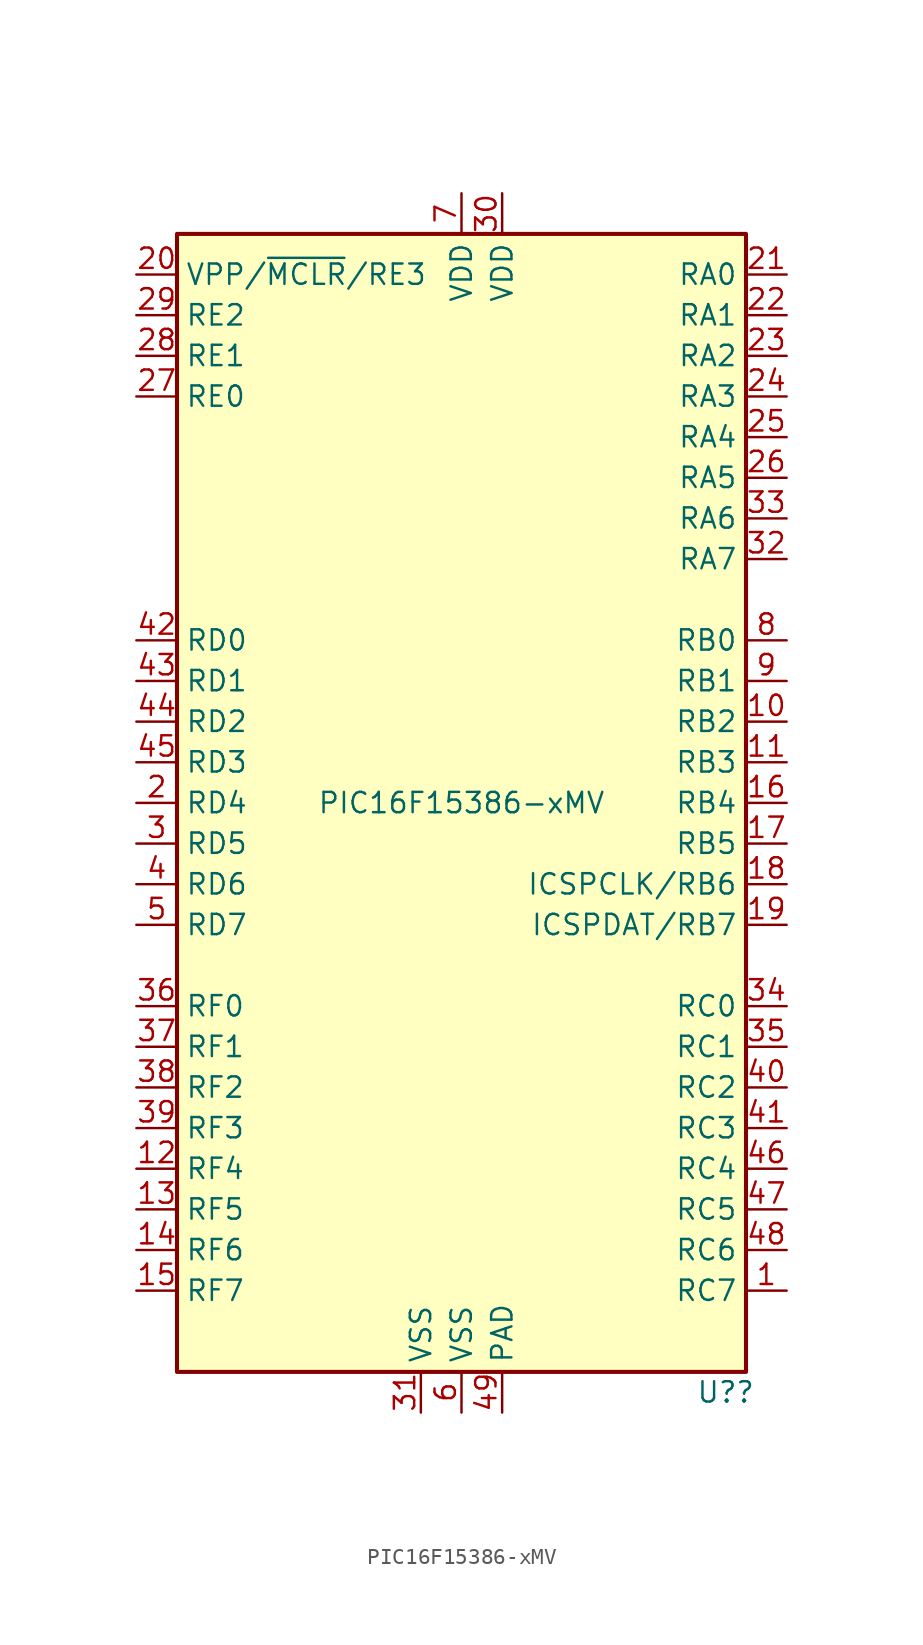
<source format=kicad_sym>
(kicad_symbol_lib
  (version 20241209)
  (generator "kicad_symbol_editor")
  (generator_version "9.0")
  (symbol "PIC16F15386-xMV"
    (property "Reference" "U?"
      (at 16.51 -36.83 0)
      (effects (font (size 1.27 1.27))))
    (property "Value" "PIC16F15386-xMV"
      (at 0 0 0)
      (effects (font (size 1.27 1.27))))
    (symbol "PIC16F15386-xMV_0_0"
      (pin bidirectional line (at -20.32 -2.54 0) (length 2.54) (name "RD5" (effects (font (size 1.27 1.27)))) (number "3" (effects (font (size 1.27 1.27)))))
      (pin bidirectional line (at -20.32 -5.08 0) (length 2.54) (name "RD6" (effects (font (size 1.27 1.27)))) (number "4" (effects (font (size 1.27 1.27)))))
      (pin power_in line (at 2.54 -38.1 90) (length 2.54) (name "PAD" (effects (font (size 1.27 1.27)))) (number "49" (effects (font (size 1.27 1.27))))))
    (symbol "PIC16F15386-xMV_0_1"
      (rectangle (start -17.78 35.56) (end 17.78 -35.56) (stroke (width 0.254) (type default)) (fill (type background))))
    (symbol "PIC16F15386-xMV_1_1"
      (pin bidirectional line (at -20.32 33.02 0) (length 2.54) (name "VPP/~{MCLR}/RE3" (effects (font (size 1.27 1.27)))) (number "20" (effects (font (size 1.27 1.27)))))
      (pin bidirectional line (at -20.32 30.48 0) (length 2.54) (name "RE2" (effects (font (size 1.27 1.27)))) (number "29" (effects (font (size 1.27 1.27)))))
      (pin bidirectional line (at -20.32 27.94 0) (length 2.54) (name "RE1" (effects (font (size 1.27 1.27)))) (number "28" (effects (font (size 1.27 1.27)))))
      (pin bidirectional line (at -20.32 25.4 0) (length 2.54) (name "RE0" (effects (font (size 1.27 1.27)))) (number "27" (effects (font (size 1.27 1.27)))))
      (pin bidirectional line (at -20.32 10.16 0) (length 2.54) (name "RD0" (effects (font (size 1.27 1.27)))) (number "42" (effects (font (size 1.27 1.27)))))
      (pin bidirectional line (at -20.32 7.62 0) (length 2.54) (name "RD1" (effects (font (size 1.27 1.27)))) (number "43" (effects (font (size 1.27 1.27)))))
      (pin bidirectional line (at -20.32 5.08 0) (length 2.54) (name "RD2" (effects (font (size 1.27 1.27)))) (number "44" (effects (font (size 1.27 1.27)))))
      (pin bidirectional line (at -20.32 2.54 0) (length 2.54) (name "RD3" (effects (font (size 1.27 1.27)))) (number "45" (effects (font (size 1.27 1.27)))))
      (pin bidirectional line (at -20.32 0 0) (length 2.54) (name "RD4" (effects (font (size 1.27 1.27)))) (number "2" (effects (font (size 1.27 1.27)))))
      (pin bidirectional line (at -20.32 -7.62 0) (length 2.54) (name "RD7" (effects (font (size 1.27 1.27)))) (number "5" (effects (font (size 1.27 1.27)))))
      (pin bidirectional line (at -20.32 -12.7 0) (length 2.54) (name "RF0" (effects (font (size 1.27 1.27)))) (number "36" (effects (font (size 1.27 1.27)))))
      (pin bidirectional line (at -20.32 -15.24 0) (length 2.54) (name "RF1" (effects (font (size 1.27 1.27)))) (number "37" (effects (font (size 1.27 1.27)))))
      (pin bidirectional line (at -20.32 -17.78 0) (length 2.54) (name "RF2" (effects (font (size 1.27 1.27)))) (number "38" (effects (font (size 1.27 1.27)))))
      (pin bidirectional line (at -20.32 -20.32 0) (length 2.54) (name "RF3" (effects (font (size 1.27 1.27)))) (number "39" (effects (font (size 1.27 1.27)))))
      (pin bidirectional line (at -20.32 -22.86 0) (length 2.54) (name "RF4" (effects (font (size 1.27 1.27)))) (number "12" (effects (font (size 1.27 1.27)))))
      (pin bidirectional line (at -20.32 -25.4 0) (length 2.54) (name "RF5" (effects (font (size 1.27 1.27)))) (number "13" (effects (font (size 1.27 1.27)))))
      (pin bidirectional line (at -20.32 -27.94 0) (length 2.54) (name "RF6" (effects (font (size 1.27 1.27)))) (number "14" (effects (font (size 1.27 1.27)))))
      (pin bidirectional line (at -20.32 -30.48 0) (length 2.54) (name "RF7" (effects (font (size 1.27 1.27)))) (number "15" (effects (font (size 1.27 1.27)))))
      (pin power_in line (at -2.54 -38.1 90) (length 2.54) (name "VSS" (effects (font (size 1.27 1.27)))) (number "31" (effects (font (size 1.27 1.27)))))
      (pin power_in line (at 0 38.1 270) (length 2.54) (name "VDD" (effects (font (size 1.27 1.27)))) (number "7" (effects (font (size 1.27 1.27)))))
      (pin power_in line (at 0 -38.1 90) (length 2.54) (name "VSS" (effects (font (size 1.27 1.27)))) (number "6" (effects (font (size 1.27 1.27)))))
      (pin power_in line (at 2.54 38.1 270) (length 2.54) (name "VDD" (effects (font (size 1.27 1.27)))) (number "30" (effects (font (size 1.27 1.27)))))
      (pin bidirectional line (at 20.32 33.02 180) (length 2.54) (name "RA0" (effects (font (size 1.27 1.27)))) (number "21" (effects (font (size 1.27 1.27)))))
      (pin bidirectional line (at 20.32 30.48 180) (length 2.54) (name "RA1" (effects (font (size 1.27 1.27)))) (number "22" (effects (font (size 1.27 1.27)))))
      (pin bidirectional line (at 20.32 27.94 180) (length 2.54) (name "RA2" (effects (font (size 1.27 1.27)))) (number "23" (effects (font (size 1.27 1.27)))))
      (pin bidirectional line (at 20.32 25.4 180) (length 2.54) (name "RA3" (effects (font (size 1.27 1.27)))) (number "24" (effects (font (size 1.27 1.27)))))
      (pin bidirectional line (at 20.32 22.86 180) (length 2.54) (name "RA4" (effects (font (size 1.27 1.27)))) (number "25" (effects (font (size 1.27 1.27)))))
      (pin bidirectional line (at 20.32 20.32 180) (length 2.54) (name "RA5" (effects (font (size 1.27 1.27)))) (number "26" (effects (font (size 1.27 1.27)))))
      (pin bidirectional line (at 20.32 17.78 180) (length 2.54) (name "RA6" (effects (font (size 1.27 1.27)))) (number "33" (effects (font (size 1.27 1.27)))))
      (pin bidirectional line (at 20.32 15.24 180) (length 2.54) (name "RA7" (effects (font (size 1.27 1.27)))) (number "32" (effects (font (size 1.27 1.27)))))
      (pin bidirectional line (at 20.32 10.16 180) (length 2.54) (name "RB0" (effects (font (size 1.27 1.27)))) (number "8" (effects (font (size 1.27 1.27)))))
      (pin bidirectional line (at 20.32 7.62 180) (length 2.54) (name "RB1" (effects (font (size 1.27 1.27)))) (number "9" (effects (font (size 1.27 1.27)))))
      (pin bidirectional line (at 20.32 5.08 180) (length 2.54) (name "RB2" (effects (font (size 1.27 1.27)))) (number "10" (effects (font (size 1.27 1.27)))))
      (pin bidirectional line (at 20.32 2.54 180) (length 2.54) (name "RB3" (effects (font (size 1.27 1.27)))) (number "11" (effects (font (size 1.27 1.27)))))
      (pin bidirectional line (at 20.32 0 180) (length 2.54) (name "RB4" (effects (font (size 1.27 1.27)))) (number "16" (effects (font (size 1.27 1.27)))))
      (pin bidirectional line (at 20.32 -2.54 180) (length 2.54) (name "RB5" (effects (font (size 1.27 1.27)))) (number "17" (effects (font (size 1.27 1.27)))))
      (pin bidirectional line (at 20.32 -5.08 180) (length 2.54) (name "ICSPCLK/RB6" (effects (font (size 1.27 1.27)))) (number "18" (effects (font (size 1.27 1.27)))))
      (pin bidirectional line (at 20.32 -7.62 180) (length 2.54) (name "ICSPDAT/RB7" (effects (font (size 1.27 1.27)))) (number "19" (effects (font (size 1.27 1.27)))))
      (pin bidirectional line (at 20.32 -12.7 180) (length 2.54) (name "RC0" (effects (font (size 1.27 1.27)))) (number "34" (effects (font (size 1.27 1.27)))))
      (pin bidirectional line (at 20.32 -15.24 180) (length 2.54) (name "RC1" (effects (font (size 1.27 1.27)))) (number "35" (effects (font (size 1.27 1.27)))))
      (pin bidirectional line (at 20.32 -17.78 180) (length 2.54) (name "RC2" (effects (font (size 1.27 1.27)))) (number "40" (effects (font (size 1.27 1.27)))))
      (pin bidirectional line (at 20.32 -20.32 180) (length 2.54) (name "RC3" (effects (font (size 1.27 1.27)))) (number "41" (effects (font (size 1.27 1.27)))))
      (pin bidirectional line (at 20.32 -22.86 180) (length 2.54) (name "RC4" (effects (font (size 1.27 1.27)))) (number "46" (effects (font (size 1.27 1.27)))))
      (pin bidirectional line (at 20.32 -25.4 180) (length 2.54) (name "RC5" (effects (font (size 1.27 1.27)))) (number "47" (effects (font (size 1.27 1.27)))))
      (pin bidirectional line (at 20.32 -27.94 180) (length 2.54) (name "RC6" (effects (font (size 1.27 1.27)))) (number "48" (effects (font (size 1.27 1.27)))))
      (pin bidirectional line (at 20.32 -30.48 180) (length 2.54) (name "RC7" (effects (font (size 1.27 1.27)))) (number "1" (effects (font (size 1.27 1.27))))))))
</source>
